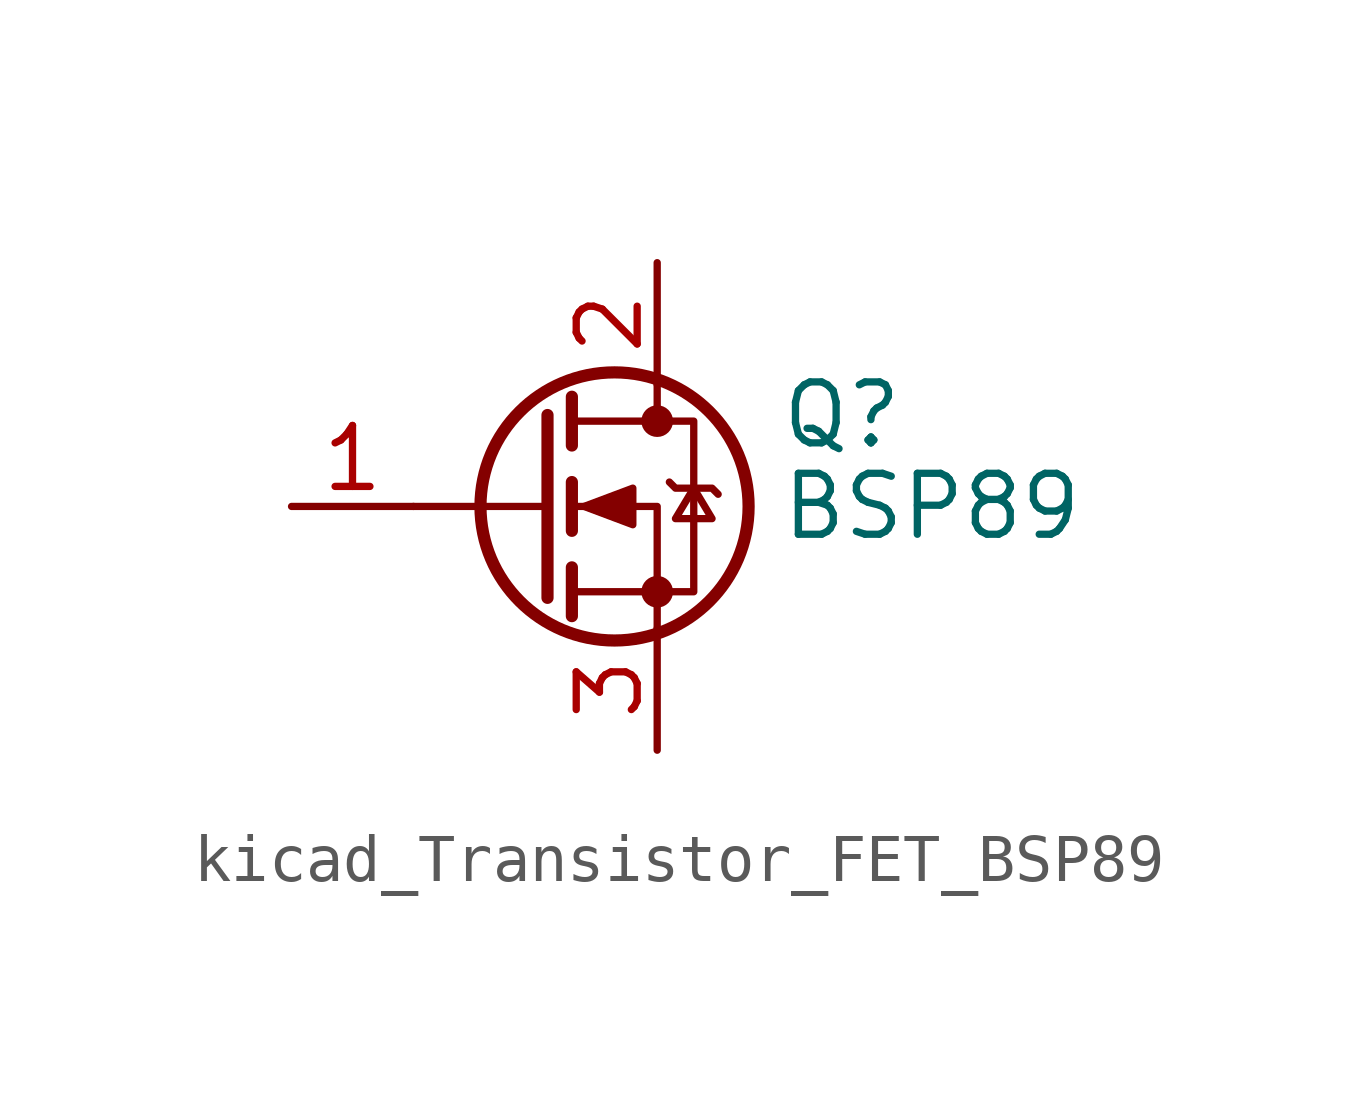
<source format=kicad_sym>
(kicad_symbol_lib
  (version 20220914)
  (generator kicad_symbol_editor)
  (symbol "kicad_Transistor_FET_BSP89"
    (pin_names hide)
    (property "Reference" "Q"
      (at 5.08 1.905 0)
      (effects (font (size 1.27 1.27)) (justify left)))
    (property "Value" "BSP89"
      (at 5.08 0 0)
      (effects (font (size 1.27 1.27)) (justify left)))
    (symbol "kicad_Transistor_FET_BSP89_0_1"
      (polyline (pts (xy 0.254 0) (xy -2.54 0)) (stroke (width 0) (type default)) (fill (type none)))
      (polyline (pts (xy 0.254 1.905) (xy 0.254 -1.905)) (stroke (width 0.254) (type default)) (fill (type none)))
      (polyline (pts (xy 0.762 -1.27) (xy 0.762 -2.286)) (stroke (width 0.254) (type default)) (fill (type none)))
      (polyline (pts (xy 0.762 0.508) (xy 0.762 -0.508)) (stroke (width 0.254) (type default)) (fill (type none)))
      (polyline (pts (xy 0.762 2.286) (xy 0.762 1.27)) (stroke (width 0.254) (type default)) (fill (type none)))
      (polyline (pts (xy 2.54 2.54) (xy 2.54 1.778)) (stroke (width 0) (type default)) (fill (type none)))
      (polyline (pts (xy 2.54 -2.54) (xy 2.54 0) (xy 0.762 0)) (stroke (width 0) (type default)) (fill (type none)))
      (polyline (pts (xy 0.762 -1.778) (xy 3.302 -1.778) (xy 3.302 1.778) (xy 0.762 1.778)) (stroke (width 0) (type default)) (fill (type none)))
      (polyline (pts (xy 1.016 0) (xy 2.032 0.381) (xy 2.032 -0.381) (xy 1.016 0)) (stroke (width 0) (type default)) (fill (type outline)))
      (polyline (pts (xy 2.794 0.508) (xy 2.921 0.381) (xy 3.683 0.381) (xy 3.81 0.254)) (stroke (width 0) (type default)) (fill (type none)))
      (polyline (pts (xy 3.302 0.381) (xy 2.921 -0.254) (xy 3.683 -0.254) (xy 3.302 0.381)) (stroke (width 0) (type default)) (fill (type none)))
      (circle (center 1.651 0) (radius 2.794) (stroke (width 0.254) (type default)) (fill (type none)))
      (circle (center 2.54 -1.778) (radius 0.254) (stroke (width 0) (type default)) (fill (type outline)))
      (circle (center 2.54 1.778) (radius 0.254) (stroke (width 0) (type default)) (fill (type outline))))
    (symbol "kicad_Transistor_FET_BSP89_1_1"
      (pin input line (at -5.08 0 0) (length 2.54) (name "G" (effects (font (size 1.27 1.27)))) (number "1" (effects (font (size 1.27 1.27)))))
      (pin passive line (at 2.54 5.08 270) (length 2.54) (name "D" (effects (font (size 1.27 1.27)))) (number "2" (effects (font (size 1.27 1.27)))))
      (pin passive line (at 2.54 -5.08 90) (length 2.54) (name "S" (effects (font (size 1.27 1.27)))) (number "3" (effects (font (size 1.27 1.27))))))))
</source>
